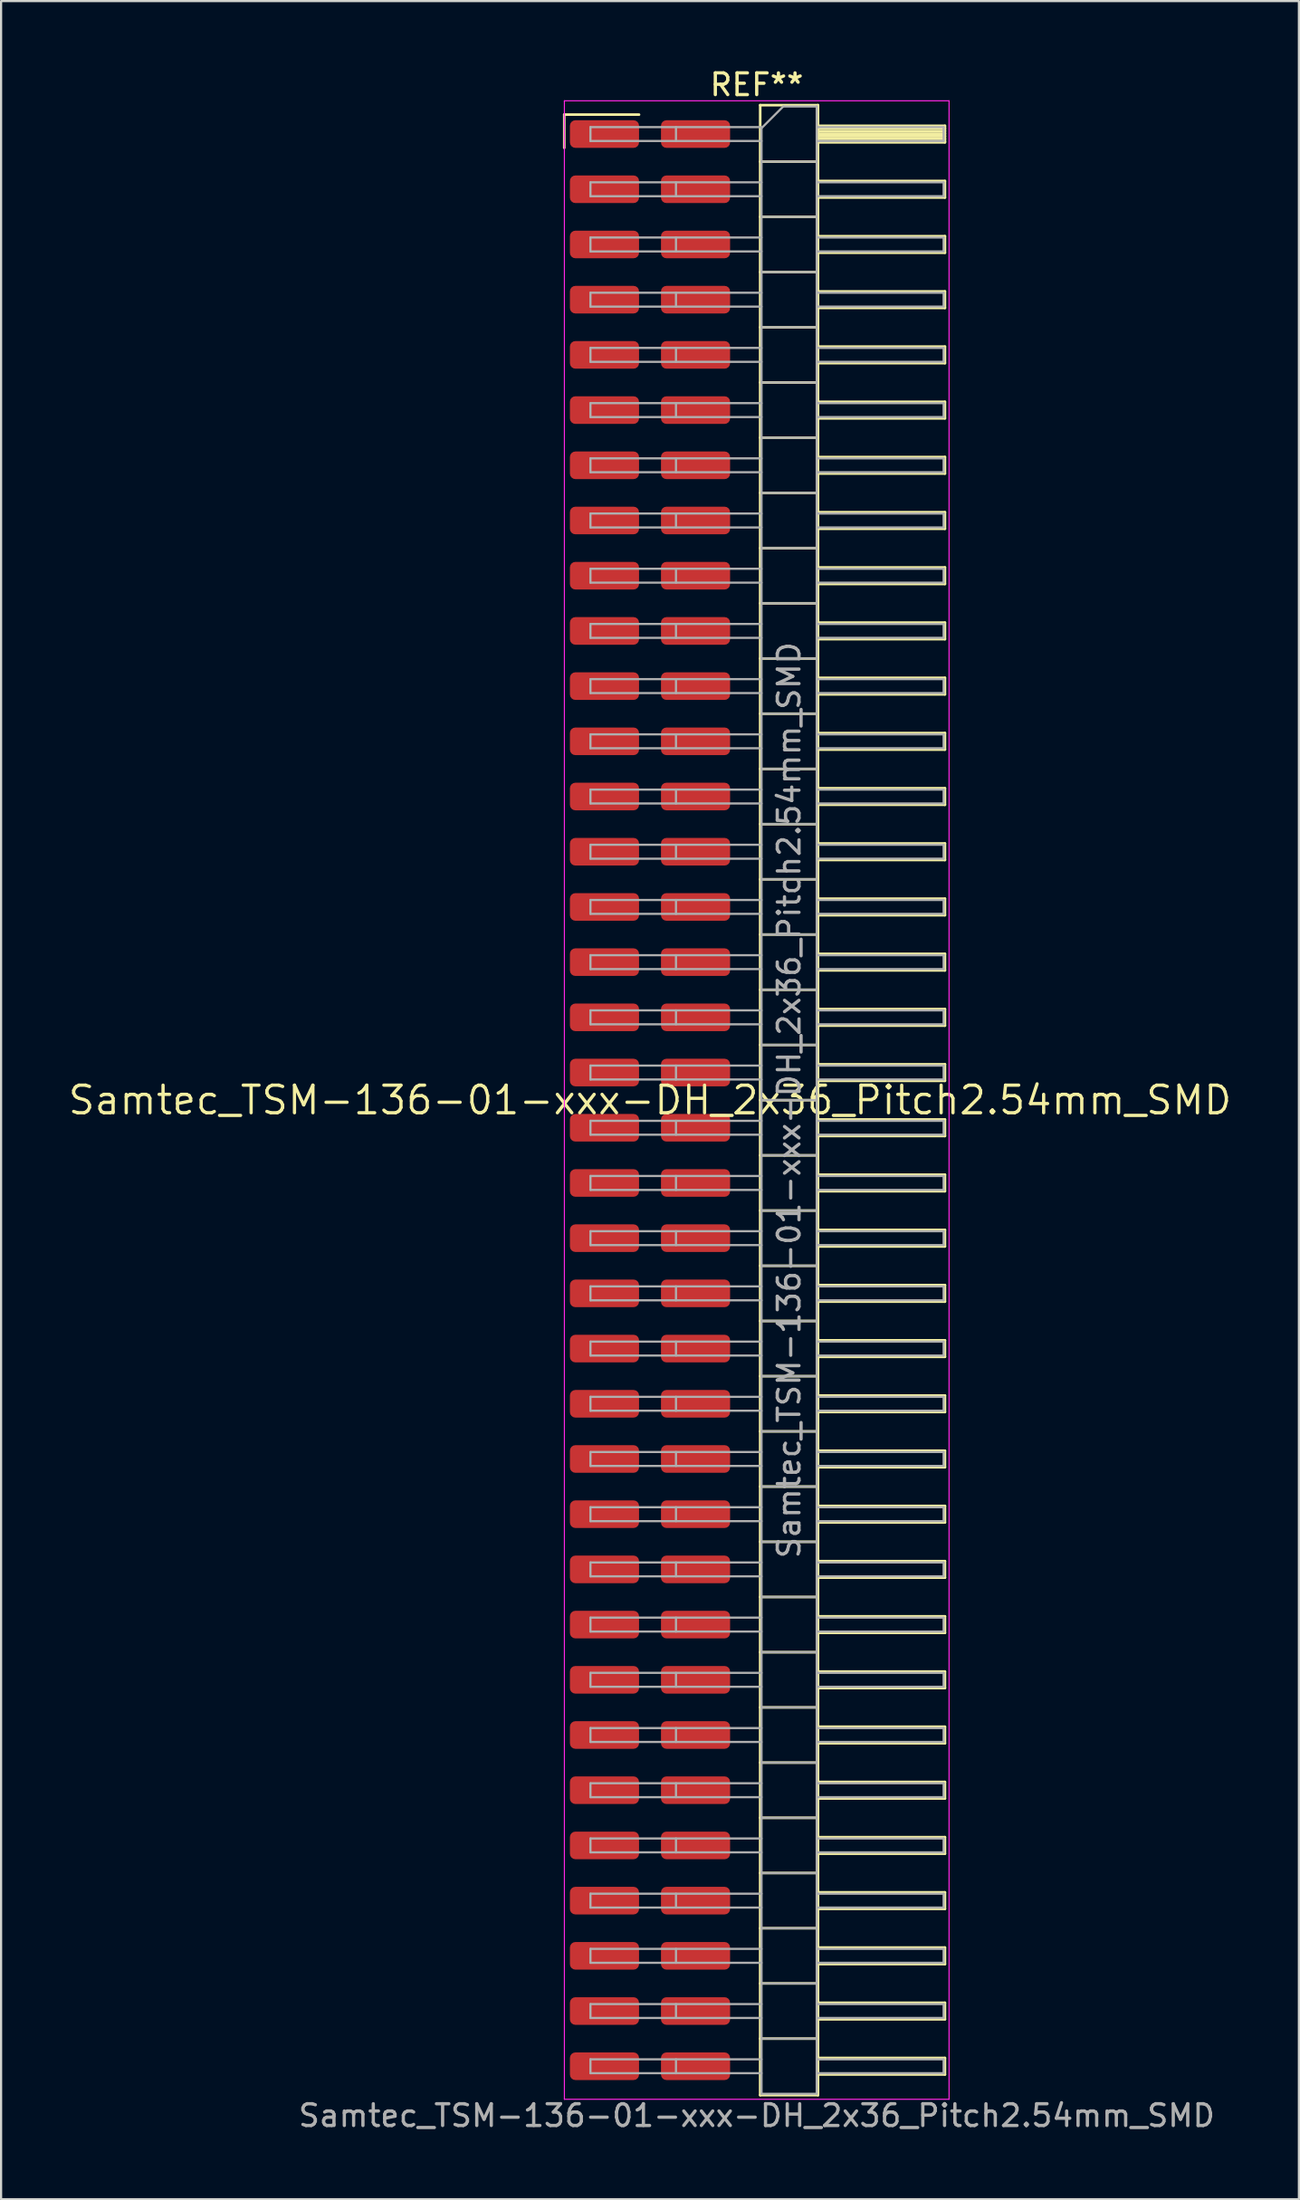
<source format=kicad_pcb>
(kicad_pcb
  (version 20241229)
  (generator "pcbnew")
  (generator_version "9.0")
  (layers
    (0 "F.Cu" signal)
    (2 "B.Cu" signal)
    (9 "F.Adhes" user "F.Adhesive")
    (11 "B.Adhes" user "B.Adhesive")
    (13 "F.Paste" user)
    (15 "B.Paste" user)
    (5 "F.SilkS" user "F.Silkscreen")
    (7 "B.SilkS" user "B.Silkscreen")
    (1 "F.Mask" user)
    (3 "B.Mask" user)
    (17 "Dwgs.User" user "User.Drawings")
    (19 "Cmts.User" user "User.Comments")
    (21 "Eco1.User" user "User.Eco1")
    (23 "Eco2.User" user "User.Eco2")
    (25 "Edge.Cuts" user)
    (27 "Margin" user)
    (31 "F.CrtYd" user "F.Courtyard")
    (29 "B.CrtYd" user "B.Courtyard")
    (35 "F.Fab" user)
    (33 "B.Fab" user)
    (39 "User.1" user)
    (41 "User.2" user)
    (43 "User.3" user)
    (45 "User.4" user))
  (footprint "Samtec_TSM-136-01-xxx-DH_2x36_Pitch2.54mm_SMD"
    (layer "F.Cu")
    (at 26.859 47.568)
    (property "Reference" "Samtec_TSM-136-01-xxx-DH_2x36_Pitch2.54mm_SMD" (at 0 0 0) (layer "F.SilkS") (effects (font (size 1.27 1.27) (thickness 0.15))))
    (attr smd)
    (fp_line (start -3.945 -45.345) (end -0.505 -45.345) (stroke (width 0.12) (type solid)) (layer "F.SilkS"))
    (fp_line (start -3.945 -43.815) (end -3.945 -45.345) (stroke (width 0.12) (type solid)) (layer "F.SilkS"))
    (fp_line (start 5.07 -45.78) (end 7.73 -45.78) (stroke (width 0.12) (type solid)) (layer "F.SilkS"))
    (fp_line (start 5.07 -43.18) (end 7.73 -43.18) (stroke (width 0.12) (type solid)) (layer "F.SilkS"))
    (fp_line (start 5.07 -40.64) (end 7.73 -40.64) (stroke (width 0.12) (type solid)) (layer "F.SilkS"))
    (fp_line (start 5.07 -38.1) (end 7.73 -38.1) (stroke (width 0.12) (type solid)) (layer "F.SilkS"))
    (fp_line (start 5.07 -35.56) (end 7.73 -35.56) (stroke (width 0.12) (type solid)) (layer "F.SilkS"))
    (fp_line (start 5.07 -33.02) (end 7.73 -33.02) (stroke (width 0.12) (type solid)) (layer "F.SilkS"))
    (fp_line (start 5.07 -30.48) (end 7.73 -30.48) (stroke (width 0.12) (type solid)) (layer "F.SilkS"))
    (fp_line (start 5.07 -27.94) (end 7.73 -27.94) (stroke (width 0.12) (type solid)) (layer "F.SilkS"))
    (fp_line (start 5.07 -25.4) (end 7.73 -25.4) (stroke (width 0.12) (type solid)) (layer "F.SilkS"))
    (fp_line (start 5.07 -22.86) (end 7.73 -22.86) (stroke (width 0.12) (type solid)) (layer "F.SilkS"))
    (fp_line (start 5.07 -20.32) (end 7.73 -20.32) (stroke (width 0.12) (type solid)) (layer "F.SilkS"))
    (fp_line (start 5.07 -17.78) (end 7.73 -17.78) (stroke (width 0.12) (type solid)) (layer "F.SilkS"))
    (fp_line (start 5.07 -15.24) (end 7.73 -15.24) (stroke (width 0.12) (type solid)) (layer "F.SilkS"))
    (fp_line (start 5.07 -12.7) (end 7.73 -12.7) (stroke (width 0.12) (type solid)) (layer "F.SilkS"))
    (fp_line (start 5.07 -10.16) (end 7.73 -10.16) (stroke (width 0.12) (type solid)) (layer "F.SilkS"))
    (fp_line (start 5.07 -7.62) (end 7.73 -7.62) (stroke (width 0.12) (type solid)) (layer "F.SilkS"))
    (fp_line (start 5.07 -5.08) (end 7.73 -5.08) (stroke (width 0.12) (type solid)) (layer "F.SilkS"))
    (fp_line (start 5.07 -2.54) (end 7.73 -2.54) (stroke (width 0.12) (type solid)) (layer "F.SilkS"))
    (fp_line (start 5.07 0) (end 7.73 0) (stroke (width 0.12) (type solid)) (layer "F.SilkS"))
    (fp_line (start 5.07 2.54) (end 7.73 2.54) (stroke (width 0.12) (type solid)) (layer "F.SilkS"))
    (fp_line (start 5.07 5.08) (end 7.73 5.08) (stroke (width 0.12) (type solid)) (layer "F.SilkS"))
    (fp_line (start 5.07 7.62) (end 7.73 7.62) (stroke (width 0.12) (type solid)) (layer "F.SilkS"))
    (fp_line (start 5.07 10.16) (end 7.73 10.16) (stroke (width 0.12) (type solid)) (layer "F.SilkS"))
    (fp_line (start 5.07 12.7) (end 7.73 12.7) (stroke (width 0.12) (type solid)) (layer "F.SilkS"))
    (fp_line (start 5.07 15.24) (end 7.73 15.24) (stroke (width 0.12) (type solid)) (layer "F.SilkS"))
    (fp_line (start 5.07 17.78) (end 7.73 17.78) (stroke (width 0.12) (type solid)) (layer "F.SilkS"))
    (fp_line (start 5.07 20.32) (end 7.73 20.32) (stroke (width 0.12) (type solid)) (layer "F.SilkS"))
    (fp_line (start 5.07 22.86) (end 7.73 22.86) (stroke (width 0.12) (type solid)) (layer "F.SilkS"))
    (fp_line (start 5.07 25.4) (end 7.73 25.4) (stroke (width 0.12) (type solid)) (layer "F.SilkS"))
    (fp_line (start 5.07 27.94) (end 7.73 27.94) (stroke (width 0.12) (type solid)) (layer "F.SilkS"))
    (fp_line (start 5.07 30.48) (end 7.73 30.48) (stroke (width 0.12) (type solid)) (layer "F.SilkS"))
    (fp_line (start 5.07 33.02) (end 7.73 33.02) (stroke (width 0.12) (type solid)) (layer "F.SilkS"))
    (fp_line (start 5.07 35.56) (end 7.73 35.56) (stroke (width 0.12) (type solid)) (layer "F.SilkS"))
    (fp_line (start 5.07 38.1) (end 7.73 38.1) (stroke (width 0.12) (type solid)) (layer "F.SilkS"))
    (fp_line (start 5.07 40.64) (end 7.73 40.64) (stroke (width 0.12) (type solid)) (layer "F.SilkS"))
    (fp_line (start 5.07 43.18) (end 7.73 43.18) (stroke (width 0.12) (type solid)) (layer "F.SilkS"))
    (fp_line (start 5.07 45.78) (end 5.07 -45.78) (stroke (width 0.12) (type solid)) (layer "F.SilkS"))
    (fp_line (start 7.73 -45.78) (end 7.73 45.78) (stroke (width 0.12) (type solid)) (layer "F.SilkS"))
    (fp_line (start 7.73 -44.83) (end 13.57 -44.83) (stroke (width 0.12) (type solid)) (layer "F.SilkS"))
    (fp_line (start 7.73 -44.71) (end 13.57 -44.71) (stroke (width 0.12) (type solid)) (layer "F.SilkS"))
    (fp_line (start 7.73 -44.59) (end 13.57 -44.59) (stroke (width 0.12) (type solid)) (layer "F.SilkS"))
    (fp_line (start 7.73 -44.47) (end 13.57 -44.47) (stroke (width 0.12) (type solid)) (layer "F.SilkS"))
    (fp_line (start 7.73 -44.35) (end 13.57 -44.35) (stroke (width 0.12) (type solid)) (layer "F.SilkS"))
    (fp_line (start 7.73 -44.23) (end 13.57 -44.23) (stroke (width 0.12) (type solid)) (layer "F.SilkS"))
    (fp_line (start 7.73 -44.11) (end 13.57 -44.11) (stroke (width 0.12) (type solid)) (layer "F.SilkS"))
    (fp_line (start 7.73 -44.07) (end 13.57 -44.07) (stroke (width 0.12) (type solid)) (layer "F.SilkS"))
    (fp_line (start 7.73 -42.29) (end 13.57 -42.29) (stroke (width 0.12) (type solid)) (layer "F.SilkS"))
    (fp_line (start 7.73 -41.53) (end 13.57 -41.53) (stroke (width 0.12) (type solid)) (layer "F.SilkS"))
    (fp_line (start 7.73 -39.75) (end 13.57 -39.75) (stroke (width 0.12) (type solid)) (layer "F.SilkS"))
    (fp_line (start 7.73 -38.99) (end 13.57 -38.99) (stroke (width 0.12) (type solid)) (layer "F.SilkS"))
    (fp_line (start 7.73 -37.21) (end 13.57 -37.21) (stroke (width 0.12) (type solid)) (layer "F.SilkS"))
    (fp_line (start 7.73 -36.45) (end 13.57 -36.45) (stroke (width 0.12) (type solid)) (layer "F.SilkS"))
    (fp_line (start 7.73 -34.67) (end 13.57 -34.67) (stroke (width 0.12) (type solid)) (layer "F.SilkS"))
    (fp_line (start 7.73 -33.91) (end 13.57 -33.91) (stroke (width 0.12) (type solid)) (layer "F.SilkS"))
    (fp_line (start 7.73 -32.13) (end 13.57 -32.13) (stroke (width 0.12) (type solid)) (layer "F.SilkS"))
    (fp_line (start 7.73 -31.37) (end 13.57 -31.37) (stroke (width 0.12) (type solid)) (layer "F.SilkS"))
    (fp_line (start 7.73 -29.59) (end 13.57 -29.59) (stroke (width 0.12) (type solid)) (layer "F.SilkS"))
    (fp_line (start 7.73 -28.83) (end 13.57 -28.83) (stroke (width 0.12) (type solid)) (layer "F.SilkS"))
    (fp_line (start 7.73 -27.05) (end 13.57 -27.05) (stroke (width 0.12) (type solid)) (layer "F.SilkS"))
    (fp_line (start 7.73 -26.29) (end 13.57 -26.29) (stroke (width 0.12) (type solid)) (layer "F.SilkS"))
    (fp_line (start 7.73 -24.51) (end 13.57 -24.51) (stroke (width 0.12) (type solid)) (layer "F.SilkS"))
    (fp_line (start 7.73 -23.75) (end 13.57 -23.75) (stroke (width 0.12) (type solid)) (layer "F.SilkS"))
    (fp_line (start 7.73 -21.97) (end 13.57 -21.97) (stroke (width 0.12) (type solid)) (layer "F.SilkS"))
    (fp_line (start 7.73 -21.21) (end 13.57 -21.21) (stroke (width 0.12) (type solid)) (layer "F.SilkS"))
    (fp_line (start 7.73 -19.43) (end 13.57 -19.43) (stroke (width 0.12) (type solid)) (layer "F.SilkS"))
    (fp_line (start 7.73 -18.67) (end 13.57 -18.67) (stroke (width 0.12) (type solid)) (layer "F.SilkS"))
    (fp_line (start 7.73 -16.89) (end 13.57 -16.89) (stroke (width 0.12) (type solid)) (layer "F.SilkS"))
    (fp_line (start 7.73 -16.13) (end 13.57 -16.13) (stroke (width 0.12) (type solid)) (layer "F.SilkS"))
    (fp_line (start 7.73 -14.35) (end 13.57 -14.35) (stroke (width 0.12) (type solid)) (layer "F.SilkS"))
    (fp_line (start 7.73 -13.59) (end 13.57 -13.59) (stroke (width 0.12) (type solid)) (layer "F.SilkS"))
    (fp_line (start 7.73 -11.81) (end 13.57 -11.81) (stroke (width 0.12) (type solid)) (layer "F.SilkS"))
    (fp_line (start 7.73 -11.05) (end 13.57 -11.05) (stroke (width 0.12) (type solid)) (layer "F.SilkS"))
    (fp_line (start 7.73 -9.27) (end 13.57 -9.27) (stroke (width 0.12) (type solid)) (layer "F.SilkS"))
    (fp_line (start 7.73 -8.51) (end 13.57 -8.51) (stroke (width 0.12) (type solid)) (layer "F.SilkS"))
    (fp_line (start 7.73 -6.73) (end 13.57 -6.73) (stroke (width 0.12) (type solid)) (layer "F.SilkS"))
    (fp_line (start 7.73 -5.97) (end 13.57 -5.97) (stroke (width 0.12) (type solid)) (layer "F.SilkS"))
    (fp_line (start 7.73 -4.19) (end 13.57 -4.19) (stroke (width 0.12) (type solid)) (layer "F.SilkS"))
    (fp_line (start 7.73 -3.43) (end 13.57 -3.43) (stroke (width 0.12) (type solid)) (layer "F.SilkS"))
    (fp_line (start 7.73 -1.65) (end 13.57 -1.65) (stroke (width 0.12) (type solid)) (layer "F.SilkS"))
    (fp_line (start 7.73 -0.89) (end 13.57 -0.89) (stroke (width 0.12) (type solid)) (layer "F.SilkS"))
    (fp_line (start 7.73 0.89) (end 13.57 0.89) (stroke (width 0.12) (type solid)) (layer "F.SilkS"))
    (fp_line (start 7.73 1.65) (end 13.57 1.65) (stroke (width 0.12) (type solid)) (layer "F.SilkS"))
    (fp_line (start 7.73 3.43) (end 13.57 3.43) (stroke (width 0.12) (type solid)) (layer "F.SilkS"))
    (fp_line (start 7.73 4.19) (end 13.57 4.19) (stroke (width 0.12) (type solid)) (layer "F.SilkS"))
    (fp_line (start 7.73 5.97) (end 13.57 5.97) (stroke (width 0.12) (type solid)) (layer "F.SilkS"))
    (fp_line (start 7.73 6.73) (end 13.57 6.73) (stroke (width 0.12) (type solid)) (layer "F.SilkS"))
    (fp_line (start 7.73 8.51) (end 13.57 8.51) (stroke (width 0.12) (type solid)) (layer "F.SilkS"))
    (fp_line (start 7.73 9.27) (end 13.57 9.27) (stroke (width 0.12) (type solid)) (layer "F.SilkS"))
    (fp_line (start 7.73 11.05) (end 13.57 11.05) (stroke (width 0.12) (type solid)) (layer "F.SilkS"))
    (fp_line (start 7.73 11.81) (end 13.57 11.81) (stroke (width 0.12) (type solid)) (layer "F.SilkS"))
    (fp_line (start 7.73 13.59) (end 13.57 13.59) (stroke (width 0.12) (type solid)) (layer "F.SilkS"))
    (fp_line (start 7.73 14.35) (end 13.57 14.35) (stroke (width 0.12) (type solid)) (layer "F.SilkS"))
    (fp_line (start 7.73 16.13) (end 13.57 16.13) (stroke (width 0.12) (type solid)) (layer "F.SilkS"))
    (fp_line (start 7.73 16.89) (end 13.57 16.89) (stroke (width 0.12) (type solid)) (layer "F.SilkS"))
    (fp_line (start 7.73 18.67) (end 13.57 18.67) (stroke (width 0.12) (type solid)) (layer "F.SilkS"))
    (fp_line (start 7.73 19.43) (end 13.57 19.43) (stroke (width 0.12) (type solid)) (layer "F.SilkS"))
    (fp_line (start 7.73 21.21) (end 13.57 21.21) (stroke (width 0.12) (type solid)) (layer "F.SilkS"))
    (fp_line (start 7.73 21.97) (end 13.57 21.97) (stroke (width 0.12) (type solid)) (layer "F.SilkS"))
    (fp_line (start 7.73 23.75) (end 13.57 23.75) (stroke (width 0.12) (type solid)) (layer "F.SilkS"))
    (fp_line (start 7.73 24.51) (end 13.57 24.51) (stroke (width 0.12) (type solid)) (layer "F.SilkS"))
    (fp_line (start 7.73 26.29) (end 13.57 26.29) (stroke (width 0.12) (type solid)) (layer "F.SilkS"))
    (fp_line (start 7.73 27.05) (end 13.57 27.05) (stroke (width 0.12) (type solid)) (layer "F.SilkS"))
    (fp_line (start 7.73 28.83) (end 13.57 28.83) (stroke (width 0.12) (type solid)) (layer "F.SilkS"))
    (fp_line (start 7.73 29.59) (end 13.57 29.59) (stroke (width 0.12) (type solid)) (layer "F.SilkS"))
    (fp_line (start 7.73 31.37) (end 13.57 31.37) (stroke (width 0.12) (type solid)) (layer "F.SilkS"))
    (fp_line (start 7.73 32.13) (end 13.57 32.13) (stroke (width 0.12) (type solid)) (layer "F.SilkS"))
    (fp_line (start 7.73 33.91) (end 13.57 33.91) (stroke (width 0.12) (type solid)) (layer "F.SilkS"))
    (fp_line (start 7.73 34.67) (end 13.57 34.67) (stroke (width 0.12) (type solid)) (layer "F.SilkS"))
    (fp_line (start 7.73 36.45) (end 13.57 36.45) (stroke (width 0.12) (type solid)) (layer "F.SilkS"))
    (fp_line (start 7.73 37.21) (end 13.57 37.21) (stroke (width 0.12) (type solid)) (layer "F.SilkS"))
    (fp_line (start 7.73 38.99) (end 13.57 38.99) (stroke (width 0.12) (type solid)) (layer "F.SilkS"))
    (fp_line (start 7.73 39.75) (end 13.57 39.75) (stroke (width 0.12) (type solid)) (layer "F.SilkS"))
    (fp_line (start 7.73 41.53) (end 13.57 41.53) (stroke (width 0.12) (type solid)) (layer "F.SilkS"))
    (fp_line (start 7.73 42.29) (end 13.57 42.29) (stroke (width 0.12) (type solid)) (layer "F.SilkS"))
    (fp_line (start 7.73 44.07) (end 13.57 44.07) (stroke (width 0.12) (type solid)) (layer "F.SilkS"))
    (fp_line (start 7.73 44.83) (end 13.57 44.83) (stroke (width 0.12) (type solid)) (layer "F.SilkS"))
    (fp_line (start 7.73 45.78) (end 5.07 45.78) (stroke (width 0.12) (type solid)) (layer "F.SilkS"))
    (fp_line (start 13.57 -44.83) (end 13.57 -44.07) (stroke (width 0.12) (type solid)) (layer "F.SilkS"))
    (fp_line (start 13.57 -42.29) (end 13.57 -41.53) (stroke (width 0.12) (type solid)) (layer "F.SilkS"))
    (fp_line (start 13.57 -39.75) (end 13.57 -38.99) (stroke (width 0.12) (type solid)) (layer "F.SilkS"))
    (fp_line (start 13.57 -37.21) (end 13.57 -36.45) (stroke (width 0.12) (type solid)) (layer "F.SilkS"))
    (fp_line (start 13.57 -34.67) (end 13.57 -33.91) (stroke (width 0.12) (type solid)) (layer "F.SilkS"))
    (fp_line (start 13.57 -32.13) (end 13.57 -31.37) (stroke (width 0.12) (type solid)) (layer "F.SilkS"))
    (fp_line (start 13.57 -29.59) (end 13.57 -28.83) (stroke (width 0.12) (type solid)) (layer "F.SilkS"))
    (fp_line (start 13.57 -27.05) (end 13.57 -26.29) (stroke (width 0.12) (type solid)) (layer "F.SilkS"))
    (fp_line (start 13.57 -24.51) (end 13.57 -23.75) (stroke (width 0.12) (type solid)) (layer "F.SilkS"))
    (fp_line (start 13.57 -21.97) (end 13.57 -21.21) (stroke (width 0.12) (type solid)) (layer "F.SilkS"))
    (fp_line (start 13.57 -19.43) (end 13.57 -18.67) (stroke (width 0.12) (type solid)) (layer "F.SilkS"))
    (fp_line (start 13.57 -16.89) (end 13.57 -16.13) (stroke (width 0.12) (type solid)) (layer "F.SilkS"))
    (fp_line (start 13.57 -14.35) (end 13.57 -13.59) (stroke (width 0.12) (type solid)) (layer "F.SilkS"))
    (fp_line (start 13.57 -11.81) (end 13.57 -11.05) (stroke (width 0.12) (type solid)) (layer "F.SilkS"))
    (fp_line (start 13.57 -9.27) (end 13.57 -8.51) (stroke (width 0.12) (type solid)) (layer "F.SilkS"))
    (fp_line (start 13.57 -6.73) (end 13.57 -5.97) (stroke (width 0.12) (type solid)) (layer "F.SilkS"))
    (fp_line (start 13.57 -4.19) (end 13.57 -3.43) (stroke (width 0.12) (type solid)) (layer "F.SilkS"))
    (fp_line (start 13.57 -1.65) (end 13.57 -0.89) (stroke (width 0.12) (type solid)) (layer "F.SilkS"))
    (fp_line (start 13.57 0.89) (end 13.57 1.65) (stroke (width 0.12) (type solid)) (layer "F.SilkS"))
    (fp_line (start 13.57 3.43) (end 13.57 4.19) (stroke (width 0.12) (type solid)) (layer "F.SilkS"))
    (fp_line (start 13.57 5.97) (end 13.57 6.73) (stroke (width 0.12) (type solid)) (layer "F.SilkS"))
    (fp_line (start 13.57 8.51) (end 13.57 9.27) (stroke (width 0.12) (type solid)) (layer "F.SilkS"))
    (fp_line (start 13.57 11.05) (end 13.57 11.81) (stroke (width 0.12) (type solid)) (layer "F.SilkS"))
    (fp_line (start 13.57 13.59) (end 13.57 14.35) (stroke (width 0.12) (type solid)) (layer "F.SilkS"))
    (fp_line (start 13.57 16.13) (end 13.57 16.89) (stroke (width 0.12) (type solid)) (layer "F.SilkS"))
    (fp_line (start 13.57 18.67) (end 13.57 19.43) (stroke (width 0.12) (type solid)) (layer "F.SilkS"))
    (fp_line (start 13.57 21.21) (end 13.57 21.97) (stroke (width 0.12) (type solid)) (layer "F.SilkS"))
    (fp_line (start 13.57 23.75) (end 13.57 24.51) (stroke (width 0.12) (type solid)) (layer "F.SilkS"))
    (fp_line (start 13.57 26.29) (end 13.57 27.05) (stroke (width 0.12) (type solid)) (layer "F.SilkS"))
    (fp_line (start 13.57 28.83) (end 13.57 29.59) (stroke (width 0.12) (type solid)) (layer "F.SilkS"))
    (fp_line (start 13.57 31.37) (end 13.57 32.13) (stroke (width 0.12) (type solid)) (layer "F.SilkS"))
    (fp_line (start 13.57 33.91) (end 13.57 34.67) (stroke (width 0.12) (type solid)) (layer "F.SilkS"))
    (fp_line (start 13.57 36.45) (end 13.57 37.21) (stroke (width 0.12) (type solid)) (layer "F.SilkS"))
    (fp_line (start 13.57 38.99) (end 13.57 39.75) (stroke (width 0.12) (type solid)) (layer "F.SilkS"))
    (fp_line (start 13.57 41.53) (end 13.57 42.29) (stroke (width 0.12) (type solid)) (layer "F.SilkS"))
    (fp_line (start 13.57 44.07) (end 13.57 44.83) (stroke (width 0.12) (type solid)) (layer "F.SilkS"))
    (fp_line (start -3.94 -45.98) (end 13.76 -45.98) (stroke (width 0.05) (type solid)) (layer "F.CrtYd"))
    (fp_line (start -3.94 45.97) (end -3.94 -45.98) (stroke (width 0.05) (type solid)) (layer "F.CrtYd"))
    (fp_line (start 13.76 -45.98) (end 13.76 45.97) (stroke (width 0.05) (type solid)) (layer "F.CrtYd"))
    (fp_line (start 13.76 45.97) (end -3.94 45.97) (stroke (width 0.05) (type solid)) (layer "F.CrtYd"))
    (fp_line (start -2.74 -44.77) (end -2.74 -44.13) (stroke (width 0.1) (type solid)) (layer "F.Fab"))
    (fp_line (start -2.74 -44.77) (end 5.13 -44.77) (stroke (width 0.1) (type solid)) (layer "F.Fab"))
    (fp_line (start -2.74 -44.13) (end 5.13 -44.13) (stroke (width 0.1) (type solid)) (layer "F.Fab"))
    (fp_line (start -2.74 -42.23) (end -2.74 -41.59) (stroke (width 0.1) (type solid)) (layer "F.Fab"))
    (fp_line (start -2.74 -42.23) (end 5.13 -42.23) (stroke (width 0.1) (type solid)) (layer "F.Fab"))
    (fp_line (start -2.74 -41.59) (end 5.13 -41.59) (stroke (width 0.1) (type solid)) (layer "F.Fab"))
    (fp_line (start -2.74 -39.69) (end -2.74 -39.05) (stroke (width 0.1) (type solid)) (layer "F.Fab"))
    (fp_line (start -2.74 -39.69) (end 5.13 -39.69) (stroke (width 0.1) (type solid)) (layer "F.Fab"))
    (fp_line (start -2.74 -39.05) (end 5.13 -39.05) (stroke (width 0.1) (type solid)) (layer "F.Fab"))
    (fp_line (start -2.74 -37.15) (end -2.74 -36.51) (stroke (width 0.1) (type solid)) (layer "F.Fab"))
    (fp_line (start -2.74 -37.15) (end 5.13 -37.15) (stroke (width 0.1) (type solid)) (layer "F.Fab"))
    (fp_line (start -2.74 -36.51) (end 5.13 -36.51) (stroke (width 0.1) (type solid)) (layer "F.Fab"))
    (fp_line (start -2.74 -34.61) (end -2.74 -33.97) (stroke (width 0.1) (type solid)) (layer "F.Fab"))
    (fp_line (start -2.74 -34.61) (end 5.13 -34.61) (stroke (width 0.1) (type solid)) (layer "F.Fab"))
    (fp_line (start -2.74 -33.97) (end 5.13 -33.97) (stroke (width 0.1) (type solid)) (layer "F.Fab"))
    (fp_line (start -2.74 -32.07) (end -2.74 -31.43) (stroke (width 0.1) (type solid)) (layer "F.Fab"))
    (fp_line (start -2.74 -32.07) (end 5.13 -32.07) (stroke (width 0.1) (type solid)) (layer "F.Fab"))
    (fp_line (start -2.74 -31.43) (end 5.13 -31.43) (stroke (width 0.1) (type solid)) (layer "F.Fab"))
    (fp_line (start -2.74 -29.53) (end -2.74 -28.89) (stroke (width 0.1) (type solid)) (layer "F.Fab"))
    (fp_line (start -2.74 -29.53) (end 5.13 -29.53) (stroke (width 0.1) (type solid)) (layer "F.Fab"))
    (fp_line (start -2.74 -28.89) (end 5.13 -28.89) (stroke (width 0.1) (type solid)) (layer "F.Fab"))
    (fp_line (start -2.74 -26.99) (end -2.74 -26.35) (stroke (width 0.1) (type solid)) (layer "F.Fab"))
    (fp_line (start -2.74 -26.99) (end 5.13 -26.99) (stroke (width 0.1) (type solid)) (layer "F.Fab"))
    (fp_line (start -2.74 -26.35) (end 5.13 -26.35) (stroke (width 0.1) (type solid)) (layer "F.Fab"))
    (fp_line (start -2.74 -24.45) (end -2.74 -23.81) (stroke (width 0.1) (type solid)) (layer "F.Fab"))
    (fp_line (start -2.74 -24.45) (end 5.13 -24.45) (stroke (width 0.1) (type solid)) (layer "F.Fab"))
    (fp_line (start -2.74 -23.81) (end 5.13 -23.81) (stroke (width 0.1) (type solid)) (layer "F.Fab"))
    (fp_line (start -2.74 -21.91) (end -2.74 -21.27) (stroke (width 0.1) (type solid)) (layer "F.Fab"))
    (fp_line (start -2.74 -21.91) (end 5.13 -21.91) (stroke (width 0.1) (type solid)) (layer "F.Fab"))
    (fp_line (start -2.74 -21.27) (end 5.13 -21.27) (stroke (width 0.1) (type solid)) (layer "F.Fab"))
    (fp_line (start -2.74 -19.37) (end -2.74 -18.73) (stroke (width 0.1) (type solid)) (layer "F.Fab"))
    (fp_line (start -2.74 -19.37) (end 5.13 -19.37) (stroke (width 0.1) (type solid)) (layer "F.Fab"))
    (fp_line (start -2.74 -18.73) (end 5.13 -18.73) (stroke (width 0.1) (type solid)) (layer "F.Fab"))
    (fp_line (start -2.74 -16.83) (end -2.74 -16.19) (stroke (width 0.1) (type solid)) (layer "F.Fab"))
    (fp_line (start -2.74 -16.83) (end 5.13 -16.83) (stroke (width 0.1) (type solid)) (layer "F.Fab"))
    (fp_line (start -2.74 -16.19) (end 5.13 -16.19) (stroke (width 0.1) (type solid)) (layer "F.Fab"))
    (fp_line (start -2.74 -14.29) (end -2.74 -13.65) (stroke (width 0.1) (type solid)) (layer "F.Fab"))
    (fp_line (start -2.74 -14.29) (end 5.13 -14.29) (stroke (width 0.1) (type solid)) (layer "F.Fab"))
    (fp_line (start -2.74 -13.65) (end 5.13 -13.65) (stroke (width 0.1) (type solid)) (layer "F.Fab"))
    (fp_line (start -2.74 -11.75) (end -2.74 -11.11) (stroke (width 0.1) (type solid)) (layer "F.Fab"))
    (fp_line (start -2.74 -11.75) (end 5.13 -11.75) (stroke (width 0.1) (type solid)) (layer "F.Fab"))
    (fp_line (start -2.74 -11.11) (end 5.13 -11.11) (stroke (width 0.1) (type solid)) (layer "F.Fab"))
    (fp_line (start -2.74 -9.21) (end -2.74 -8.57) (stroke (width 0.1) (type solid)) (layer "F.Fab"))
    (fp_line (start -2.74 -9.21) (end 5.13 -9.21) (stroke (width 0.1) (type solid)) (layer "F.Fab"))
    (fp_line (start -2.74 -8.57) (end 5.13 -8.57) (stroke (width 0.1) (type solid)) (layer "F.Fab"))
    (fp_line (start -2.74 -6.67) (end -2.74 -6.03) (stroke (width 0.1) (type solid)) (layer "F.Fab"))
    (fp_line (start -2.74 -6.67) (end 5.13 -6.67) (stroke (width 0.1) (type solid)) (layer "F.Fab"))
    (fp_line (start -2.74 -6.03) (end 5.13 -6.03) (stroke (width 0.1) (type solid)) (layer "F.Fab"))
    (fp_line (start -2.74 -4.13) (end -2.74 -3.49) (stroke (width 0.1) (type solid)) (layer "F.Fab"))
    (fp_line (start -2.74 -4.13) (end 5.13 -4.13) (stroke (width 0.1) (type solid)) (layer "F.Fab"))
    (fp_line (start -2.74 -3.49) (end 5.13 -3.49) (stroke (width 0.1) (type solid)) (layer "F.Fab"))
    (fp_line (start -2.74 -1.59) (end -2.74 -0.95) (stroke (width 0.1) (type solid)) (layer "F.Fab"))
    (fp_line (start -2.74 -1.59) (end 5.13 -1.59) (stroke (width 0.1) (type solid)) (layer "F.Fab"))
    (fp_line (start -2.74 -0.95) (end 5.13 -0.95) (stroke (width 0.1) (type solid)) (layer "F.Fab"))
    (fp_line (start -2.74 0.95) (end -2.74 1.59) (stroke (width 0.1) (type solid)) (layer "F.Fab"))
    (fp_line (start -2.74 0.95) (end 5.13 0.95) (stroke (width 0.1) (type solid)) (layer "F.Fab"))
    (fp_line (start -2.74 1.59) (end 5.13 1.59) (stroke (width 0.1) (type solid)) (layer "F.Fab"))
    (fp_line (start -2.74 3.49) (end -2.74 4.13) (stroke (width 0.1) (type solid)) (layer "F.Fab"))
    (fp_line (start -2.74 3.49) (end 5.13 3.49) (stroke (width 0.1) (type solid)) (layer "F.Fab"))
    (fp_line (start -2.74 4.13) (end 5.13 4.13) (stroke (width 0.1) (type solid)) (layer "F.Fab"))
    (fp_line (start -2.74 6.03) (end -2.74 6.67) (stroke (width 0.1) (type solid)) (layer "F.Fab"))
    (fp_line (start -2.74 6.03) (end 5.13 6.03) (stroke (width 0.1) (type solid)) (layer "F.Fab"))
    (fp_line (start -2.74 6.67) (end 5.13 6.67) (stroke (width 0.1) (type solid)) (layer "F.Fab"))
    (fp_line (start -2.74 8.57) (end -2.74 9.21) (stroke (width 0.1) (type solid)) (layer "F.Fab"))
    (fp_line (start -2.74 8.57) (end 5.13 8.57) (stroke (width 0.1) (type solid)) (layer "F.Fab"))
    (fp_line (start -2.74 9.21) (end 5.13 9.21) (stroke (width 0.1) (type solid)) (layer "F.Fab"))
    (fp_line (start -2.74 11.11) (end -2.74 11.75) (stroke (width 0.1) (type solid)) (layer "F.Fab"))
    (fp_line (start -2.74 11.11) (end 5.13 11.11) (stroke (width 0.1) (type solid)) (layer "F.Fab"))
    (fp_line (start -2.74 11.75) (end 5.13 11.75) (stroke (width 0.1) (type solid)) (layer "F.Fab"))
    (fp_line (start -2.74 13.65) (end -2.74 14.29) (stroke (width 0.1) (type solid)) (layer "F.Fab"))
    (fp_line (start -2.74 13.65) (end 5.13 13.65) (stroke (width 0.1) (type solid)) (layer "F.Fab"))
    (fp_line (start -2.74 14.29) (end 5.13 14.29) (stroke (width 0.1) (type solid)) (layer "F.Fab"))
    (fp_line (start -2.74 16.19) (end -2.74 16.83) (stroke (width 0.1) (type solid)) (layer "F.Fab"))
    (fp_line (start -2.74 16.19) (end 5.13 16.19) (stroke (width 0.1) (type solid)) (layer "F.Fab"))
    (fp_line (start -2.74 16.83) (end 5.13 16.83) (stroke (width 0.1) (type solid)) (layer "F.Fab"))
    (fp_line (start -2.74 18.73) (end -2.74 19.37) (stroke (width 0.1) (type solid)) (layer "F.Fab"))
    (fp_line (start -2.74 18.73) (end 5.13 18.73) (stroke (width 0.1) (type solid)) (layer "F.Fab"))
    (fp_line (start -2.74 19.37) (end 5.13 19.37) (stroke (width 0.1) (type solid)) (layer "F.Fab"))
    (fp_line (start -2.74 21.27) (end -2.74 21.91) (stroke (width 0.1) (type solid)) (layer "F.Fab"))
    (fp_line (start -2.74 21.27) (end 5.13 21.27) (stroke (width 0.1) (type solid)) (layer "F.Fab"))
    (fp_line (start -2.74 21.91) (end 5.13 21.91) (stroke (width 0.1) (type solid)) (layer "F.Fab"))
    (fp_line (start -2.74 23.81) (end -2.74 24.45) (stroke (width 0.1) (type solid)) (layer "F.Fab"))
    (fp_line (start -2.74 23.81) (end 5.13 23.81) (stroke (width 0.1) (type solid)) (layer "F.Fab"))
    (fp_line (start -2.74 24.45) (end 5.13 24.45) (stroke (width 0.1) (type solid)) (layer "F.Fab"))
    (fp_line (start -2.74 26.35) (end -2.74 26.99) (stroke (width 0.1) (type solid)) (layer "F.Fab"))
    (fp_line (start -2.74 26.35) (end 5.13 26.35) (stroke (width 0.1) (type solid)) (layer "F.Fab"))
    (fp_line (start -2.74 26.99) (end 5.13 26.99) (stroke (width 0.1) (type solid)) (layer "F.Fab"))
    (fp_line (start -2.74 28.89) (end -2.74 29.53) (stroke (width 0.1) (type solid)) (layer "F.Fab"))
    (fp_line (start -2.74 28.89) (end 5.13 28.89) (stroke (width 0.1) (type solid)) (layer "F.Fab"))
    (fp_line (start -2.74 29.53) (end 5.13 29.53) (stroke (width 0.1) (type solid)) (layer "F.Fab"))
    (fp_line (start -2.74 31.43) (end -2.74 32.07) (stroke (width 0.1) (type solid)) (layer "F.Fab"))
    (fp_line (start -2.74 31.43) (end 5.13 31.43) (stroke (width 0.1) (type solid)) (layer "F.Fab"))
    (fp_line (start -2.74 32.07) (end 5.13 32.07) (stroke (width 0.1) (type solid)) (layer "F.Fab"))
    (fp_line (start -2.74 33.97) (end -2.74 34.61) (stroke (width 0.1) (type solid)) (layer "F.Fab"))
    (fp_line (start -2.74 33.97) (end 5.13 33.97) (stroke (width 0.1) (type solid)) (layer "F.Fab"))
    (fp_line (start -2.74 34.61) (end 5.13 34.61) (stroke (width 0.1) (type solid)) (layer "F.Fab"))
    (fp_line (start -2.74 36.51) (end -2.74 37.15) (stroke (width 0.1) (type solid)) (layer "F.Fab"))
    (fp_line (start -2.74 36.51) (end 5.13 36.51) (stroke (width 0.1) (type solid)) (layer "F.Fab"))
    (fp_line (start -2.74 37.15) (end 5.13 37.15) (stroke (width 0.1) (type solid)) (layer "F.Fab"))
    (fp_line (start -2.74 39.05) (end -2.74 39.69) (stroke (width 0.1) (type solid)) (layer "F.Fab"))
    (fp_line (start -2.74 39.05) (end 5.13 39.05) (stroke (width 0.1) (type solid)) (layer "F.Fab"))
    (fp_line (start -2.74 39.69) (end 5.13 39.69) (stroke (width 0.1) (type solid)) (layer "F.Fab"))
    (fp_line (start -2.74 41.59) (end -2.74 42.23) (stroke (width 0.1) (type solid)) (layer "F.Fab"))
    (fp_line (start -2.74 41.59) (end 5.13 41.59) (stroke (width 0.1) (type solid)) (layer "F.Fab"))
    (fp_line (start -2.74 42.23) (end 5.13 42.23) (stroke (width 0.1) (type solid)) (layer "F.Fab"))
    (fp_line (start -2.74 44.13) (end -2.74 44.77) (stroke (width 0.1) (type solid)) (layer "F.Fab"))
    (fp_line (start -2.74 44.13) (end 5.13 44.13) (stroke (width 0.1) (type solid)) (layer "F.Fab"))
    (fp_line (start -2.74 44.77) (end 5.13 44.77) (stroke (width 0.1) (type solid)) (layer "F.Fab"))
    (fp_line (start 1.195 -44.77) (end 1.195 -44.13) (stroke (width 0.1) (type solid)) (layer "F.Fab"))
    (fp_line (start 1.195 -42.23) (end 1.195 -41.59) (stroke (width 0.1) (type solid)) (layer "F.Fab"))
    (fp_line (start 1.195 -39.69) (end 1.195 -39.05) (stroke (width 0.1) (type solid)) (layer "F.Fab"))
    (fp_line (start 1.195 -37.15) (end 1.195 -36.51) (stroke (width 0.1) (type solid)) (layer "F.Fab"))
    (fp_line (start 1.195 -34.61) (end 1.195 -33.97) (stroke (width 0.1) (type solid)) (layer "F.Fab"))
    (fp_line (start 1.195 -32.07) (end 1.195 -31.43) (stroke (width 0.1) (type solid)) (layer "F.Fab"))
    (fp_line (start 1.195 -29.53) (end 1.195 -28.89) (stroke (width 0.1) (type solid)) (layer "F.Fab"))
    (fp_line (start 1.195 -26.99) (end 1.195 -26.35) (stroke (width 0.1) (type solid)) (layer "F.Fab"))
    (fp_line (start 1.195 -24.45) (end 1.195 -23.81) (stroke (width 0.1) (type solid)) (layer "F.Fab"))
    (fp_line (start 1.195 -21.91) (end 1.195 -21.27) (stroke (width 0.1) (type solid)) (layer "F.Fab"))
    (fp_line (start 1.195 -19.37) (end 1.195 -18.73) (stroke (width 0.1) (type solid)) (layer "F.Fab"))
    (fp_line (start 1.195 -16.83) (end 1.195 -16.19) (stroke (width 0.1) (type solid)) (layer "F.Fab"))
    (fp_line (start 1.195 -14.29) (end 1.195 -13.65) (stroke (width 0.1) (type solid)) (layer "F.Fab"))
    (fp_line (start 1.195 -11.75) (end 1.195 -11.11) (stroke (width 0.1) (type solid)) (layer "F.Fab"))
    (fp_line (start 1.195 -9.21) (end 1.195 -8.57) (stroke (width 0.1) (type solid)) (layer "F.Fab"))
    (fp_line (start 1.195 -6.67) (end 1.195 -6.03) (stroke (width 0.1) (type solid)) (layer "F.Fab"))
    (fp_line (start 1.195 -4.13) (end 1.195 -3.49) (stroke (width 0.1) (type solid)) (layer "F.Fab"))
    (fp_line (start 1.195 -1.59) (end 1.195 -0.95) (stroke (width 0.1) (type solid)) (layer "F.Fab"))
    (fp_line (start 1.195 0.95) (end 1.195 1.59) (stroke (width 0.1) (type solid)) (layer "F.Fab"))
    (fp_line (start 1.195 3.49) (end 1.195 4.13) (stroke (width 0.1) (type solid)) (layer "F.Fab"))
    (fp_line (start 1.195 6.03) (end 1.195 6.67) (stroke (width 0.1) (type solid)) (layer "F.Fab"))
    (fp_line (start 1.195 8.57) (end 1.195 9.21) (stroke (width 0.1) (type solid)) (layer "F.Fab"))
    (fp_line (start 1.195 11.11) (end 1.195 11.75) (stroke (width 0.1) (type solid)) (layer "F.Fab"))
    (fp_line (start 1.195 13.65) (end 1.195 14.29) (stroke (width 0.1) (type solid)) (layer "F.Fab"))
    (fp_line (start 1.195 16.19) (end 1.195 16.83) (stroke (width 0.1) (type solid)) (layer "F.Fab"))
    (fp_line (start 1.195 18.73) (end 1.195 19.37) (stroke (width 0.1) (type solid)) (layer "F.Fab"))
    (fp_line (start 1.195 21.27) (end 1.195 21.91) (stroke (width 0.1) (type solid)) (layer "F.Fab"))
    (fp_line (start 1.195 23.81) (end 1.195 24.45) (stroke (width 0.1) (type solid)) (layer "F.Fab"))
    (fp_line (start 1.195 26.35) (end 1.195 26.99) (stroke (width 0.1) (type solid)) (layer "F.Fab"))
    (fp_line (start 1.195 28.89) (end 1.195 29.53) (stroke (width 0.1) (type solid)) (layer "F.Fab"))
    (fp_line (start 1.195 31.43) (end 1.195 32.07) (stroke (width 0.1) (type solid)) (layer "F.Fab"))
    (fp_line (start 1.195 33.97) (end 1.195 34.61) (stroke (width 0.1) (type solid)) (layer "F.Fab"))
    (fp_line (start 1.195 36.51) (end 1.195 37.15) (stroke (width 0.1) (type solid)) (layer "F.Fab"))
    (fp_line (start 1.195 39.05) (end 1.195 39.69) (stroke (width 0.1) (type solid)) (layer "F.Fab"))
    (fp_line (start 1.195 41.59) (end 1.195 42.23) (stroke (width 0.1) (type solid)) (layer "F.Fab"))
    (fp_line (start 1.195 44.13) (end 1.195 44.77) (stroke (width 0.1) (type solid)) (layer "F.Fab"))
    (fp_line (start 5.13 -44.72) (end 6.13 -45.72) (stroke (width 0.1) (type solid)) (layer "F.Fab"))
    (fp_line (start 5.13 -43.18) (end 7.67 -43.18) (stroke (width 0.1) (type solid)) (layer "F.Fab"))
    (fp_line (start 5.13 -40.64) (end 7.67 -40.64) (stroke (width 0.1) (type solid)) (layer "F.Fab"))
    (fp_line (start 5.13 -38.1) (end 7.67 -38.1) (stroke (width 0.1) (type solid)) (layer "F.Fab"))
    (fp_line (start 5.13 -35.56) (end 7.67 -35.56) (stroke (width 0.1) (type solid)) (layer "F.Fab"))
    (fp_line (start 5.13 -33.02) (end 7.67 -33.02) (stroke (width 0.1) (type solid)) (layer "F.Fab"))
    (fp_line (start 5.13 -30.48) (end 7.67 -30.48) (stroke (width 0.1) (type solid)) (layer "F.Fab"))
    (fp_line (start 5.13 -27.94) (end 7.67 -27.94) (stroke (width 0.1) (type solid)) (layer "F.Fab"))
    (fp_line (start 5.13 -25.4) (end 7.67 -25.4) (stroke (width 0.1) (type solid)) (layer "F.Fab"))
    (fp_line (start 5.13 -22.86) (end 7.67 -22.86) (stroke (width 0.1) (type solid)) (layer "F.Fab"))
    (fp_line (start 5.13 -20.32) (end 7.67 -20.32) (stroke (width 0.1) (type solid)) (layer "F.Fab"))
    (fp_line (start 5.13 -17.78) (end 7.67 -17.78) (stroke (width 0.1) (type solid)) (layer "F.Fab"))
    (fp_line (start 5.13 -15.24) (end 7.67 -15.24) (stroke (width 0.1) (type solid)) (layer "F.Fab"))
    (fp_line (start 5.13 -12.7) (end 7.67 -12.7) (stroke (width 0.1) (type solid)) (layer "F.Fab"))
    (fp_line (start 5.13 -10.16) (end 7.67 -10.16) (stroke (width 0.1) (type solid)) (layer "F.Fab"))
    (fp_line (start 5.13 -7.62) (end 7.67 -7.62) (stroke (width 0.1) (type solid)) (layer "F.Fab"))
    (fp_line (start 5.13 -5.08) (end 7.67 -5.08) (stroke (width 0.1) (type solid)) (layer "F.Fab"))
    (fp_line (start 5.13 -2.54) (end 7.67 -2.54) (stroke (width 0.1) (type solid)) (layer "F.Fab"))
    (fp_line (start 5.13 0) (end 7.67 0) (stroke (width 0.1) (type solid)) (layer "F.Fab"))
    (fp_line (start 5.13 2.54) (end 7.67 2.54) (stroke (width 0.1) (type solid)) (layer "F.Fab"))
    (fp_line (start 5.13 5.08) (end 7.67 5.08) (stroke (width 0.1) (type solid)) (layer "F.Fab"))
    (fp_line (start 5.13 7.62) (end 7.67 7.62) (stroke (width 0.1) (type solid)) (layer "F.Fab"))
    (fp_line (start 5.13 10.16) (end 7.67 10.16) (stroke (width 0.1) (type solid)) (layer "F.Fab"))
    (fp_line (start 5.13 12.7) (end 7.67 12.7) (stroke (width 0.1) (type solid)) (layer "F.Fab"))
    (fp_line (start 5.13 15.24) (end 7.67 15.24) (stroke (width 0.1) (type solid)) (layer "F.Fab"))
    (fp_line (start 5.13 17.78) (end 7.67 17.78) (stroke (width 0.1) (type solid)) (layer "F.Fab"))
    (fp_line (start 5.13 20.32) (end 7.67 20.32) (stroke (width 0.1) (type solid)) (layer "F.Fab"))
    (fp_line (start 5.13 22.86) (end 7.67 22.86) (stroke (width 0.1) (type solid)) (layer "F.Fab"))
    (fp_line (start 5.13 25.4) (end 7.67 25.4) (stroke (width 0.1) (type solid)) (layer "F.Fab"))
    (fp_line (start 5.13 27.94) (end 7.67 27.94) (stroke (width 0.1) (type solid)) (layer "F.Fab"))
    (fp_line (start 5.13 30.48) (end 7.67 30.48) (stroke (width 0.1) (type solid)) (layer "F.Fab"))
    (fp_line (start 5.13 33.02) (end 7.67 33.02) (stroke (width 0.1) (type solid)) (layer "F.Fab"))
    (fp_line (start 5.13 35.56) (end 7.67 35.56) (stroke (width 0.1) (type solid)) (layer "F.Fab"))
    (fp_line (start 5.13 38.1) (end 7.67 38.1) (stroke (width 0.1) (type solid)) (layer "F.Fab"))
    (fp_line (start 5.13 40.64) (end 7.67 40.64) (stroke (width 0.1) (type solid)) (layer "F.Fab"))
    (fp_line (start 5.13 43.18) (end 7.67 43.18) (stroke (width 0.1) (type solid)) (layer "F.Fab"))
    (fp_line (start 5.13 45.72) (end 5.13 -44.72) (stroke (width 0.1) (type solid)) (layer "F.Fab"))
    (fp_line (start 6.13 -45.72) (end 7.67 -45.72) (stroke (width 0.1) (type solid)) (layer "F.Fab"))
    (fp_line (start 7.67 -45.72) (end 7.67 45.72) (stroke (width 0.1) (type solid)) (layer "F.Fab"))
    (fp_line (start 7.67 -44.77) (end 13.51 -44.77) (stroke (width 0.1) (type solid)) (layer "F.Fab"))
    (fp_line (start 7.67 -44.13) (end 13.51 -44.13) (stroke (width 0.1) (type solid)) (layer "F.Fab"))
    (fp_line (start 7.67 -42.23) (end 13.51 -42.23) (stroke (width 0.1) (type solid)) (layer "F.Fab"))
    (fp_line (start 7.67 -41.59) (end 13.51 -41.59) (stroke (width 0.1) (type solid)) (layer "F.Fab"))
    (fp_line (start 7.67 -39.69) (end 13.51 -39.69) (stroke (width 0.1) (type solid)) (layer "F.Fab"))
    (fp_line (start 7.67 -39.05) (end 13.51 -39.05) (stroke (width 0.1) (type solid)) (layer "F.Fab"))
    (fp_line (start 7.67 -37.15) (end 13.51 -37.15) (stroke (width 0.1) (type solid)) (layer "F.Fab"))
    (fp_line (start 7.67 -36.51) (end 13.51 -36.51) (stroke (width 0.1) (type solid)) (layer "F.Fab"))
    (fp_line (start 7.67 -34.61) (end 13.51 -34.61) (stroke (width 0.1) (type solid)) (layer "F.Fab"))
    (fp_line (start 7.67 -33.97) (end 13.51 -33.97) (stroke (width 0.1) (type solid)) (layer "F.Fab"))
    (fp_line (start 7.67 -32.07) (end 13.51 -32.07) (stroke (width 0.1) (type solid)) (layer "F.Fab"))
    (fp_line (start 7.67 -31.43) (end 13.51 -31.43) (stroke (width 0.1) (type solid)) (layer "F.Fab"))
    (fp_line (start 7.67 -29.53) (end 13.51 -29.53) (stroke (width 0.1) (type solid)) (layer "F.Fab"))
    (fp_line (start 7.67 -28.89) (end 13.51 -28.89) (stroke (width 0.1) (type solid)) (layer "F.Fab"))
    (fp_line (start 7.67 -26.99) (end 13.51 -26.99) (stroke (width 0.1) (type solid)) (layer "F.Fab"))
    (fp_line (start 7.67 -26.35) (end 13.51 -26.35) (stroke (width 0.1) (type solid)) (layer "F.Fab"))
    (fp_line (start 7.67 -24.45) (end 13.51 -24.45) (stroke (width 0.1) (type solid)) (layer "F.Fab"))
    (fp_line (start 7.67 -23.81) (end 13.51 -23.81) (stroke (width 0.1) (type solid)) (layer "F.Fab"))
    (fp_line (start 7.67 -21.91) (end 13.51 -21.91) (stroke (width 0.1) (type solid)) (layer "F.Fab"))
    (fp_line (start 7.67 -21.27) (end 13.51 -21.27) (stroke (width 0.1) (type solid)) (layer "F.Fab"))
    (fp_line (start 7.67 -19.37) (end 13.51 -19.37) (stroke (width 0.1) (type solid)) (layer "F.Fab"))
    (fp_line (start 7.67 -18.73) (end 13.51 -18.73) (stroke (width 0.1) (type solid)) (layer "F.Fab"))
    (fp_line (start 7.67 -16.83) (end 13.51 -16.83) (stroke (width 0.1) (type solid)) (layer "F.Fab"))
    (fp_line (start 7.67 -16.19) (end 13.51 -16.19) (stroke (width 0.1) (type solid)) (layer "F.Fab"))
    (fp_line (start 7.67 -14.29) (end 13.51 -14.29) (stroke (width 0.1) (type solid)) (layer "F.Fab"))
    (fp_line (start 7.67 -13.65) (end 13.51 -13.65) (stroke (width 0.1) (type solid)) (layer "F.Fab"))
    (fp_line (start 7.67 -11.75) (end 13.51 -11.75) (stroke (width 0.1) (type solid)) (layer "F.Fab"))
    (fp_line (start 7.67 -11.11) (end 13.51 -11.11) (stroke (width 0.1) (type solid)) (layer "F.Fab"))
    (fp_line (start 7.67 -9.21) (end 13.51 -9.21) (stroke (width 0.1) (type solid)) (layer "F.Fab"))
    (fp_line (start 7.67 -8.57) (end 13.51 -8.57) (stroke (width 0.1) (type solid)) (layer "F.Fab"))
    (fp_line (start 7.67 -6.67) (end 13.51 -6.67) (stroke (width 0.1) (type solid)) (layer "F.Fab"))
    (fp_line (start 7.67 -6.03) (end 13.51 -6.03) (stroke (width 0.1) (type solid)) (layer "F.Fab"))
    (fp_line (start 7.67 -4.13) (end 13.51 -4.13) (stroke (width 0.1) (type solid)) (layer "F.Fab"))
    (fp_line (start 7.67 -3.49) (end 13.51 -3.49) (stroke (width 0.1) (type solid)) (layer "F.Fab"))
    (fp_line (start 7.67 -1.59) (end 13.51 -1.59) (stroke (width 0.1) (type solid)) (layer "F.Fab"))
    (fp_line (start 7.67 -0.95) (end 13.51 -0.95) (stroke (width 0.1) (type solid)) (layer "F.Fab"))
    (fp_line (start 7.67 0.95) (end 13.51 0.95) (stroke (width 0.1) (type solid)) (layer "F.Fab"))
    (fp_line (start 7.67 1.59) (end 13.51 1.59) (stroke (width 0.1) (type solid)) (layer "F.Fab"))
    (fp_line (start 7.67 3.49) (end 13.51 3.49) (stroke (width 0.1) (type solid)) (layer "F.Fab"))
    (fp_line (start 7.67 4.13) (end 13.51 4.13) (stroke (width 0.1) (type solid)) (layer "F.Fab"))
    (fp_line (start 7.67 6.03) (end 13.51 6.03) (stroke (width 0.1) (type solid)) (layer "F.Fab"))
    (fp_line (start 7.67 6.67) (end 13.51 6.67) (stroke (width 0.1) (type solid)) (layer "F.Fab"))
    (fp_line (start 7.67 8.57) (end 13.51 8.57) (stroke (width 0.1) (type solid)) (layer "F.Fab"))
    (fp_line (start 7.67 9.21) (end 13.51 9.21) (stroke (width 0.1) (type solid)) (layer "F.Fab"))
    (fp_line (start 7.67 11.11) (end 13.51 11.11) (stroke (width 0.1) (type solid)) (layer "F.Fab"))
    (fp_line (start 7.67 11.75) (end 13.51 11.75) (stroke (width 0.1) (type solid)) (layer "F.Fab"))
    (fp_line (start 7.67 13.65) (end 13.51 13.65) (stroke (width 0.1) (type solid)) (layer "F.Fab"))
    (fp_line (start 7.67 14.29) (end 13.51 14.29) (stroke (width 0.1) (type solid)) (layer "F.Fab"))
    (fp_line (start 7.67 16.19) (end 13.51 16.19) (stroke (width 0.1) (type solid)) (layer "F.Fab"))
    (fp_line (start 7.67 16.83) (end 13.51 16.83) (stroke (width 0.1) (type solid)) (layer "F.Fab"))
    (fp_line (start 7.67 18.73) (end 13.51 18.73) (stroke (width 0.1) (type solid)) (layer "F.Fab"))
    (fp_line (start 7.67 19.37) (end 13.51 19.37) (stroke (width 0.1) (type solid)) (layer "F.Fab"))
    (fp_line (start 7.67 21.27) (end 13.51 21.27) (stroke (width 0.1) (type solid)) (layer "F.Fab"))
    (fp_line (start 7.67 21.91) (end 13.51 21.91) (stroke (width 0.1) (type solid)) (layer "F.Fab"))
    (fp_line (start 7.67 23.81) (end 13.51 23.81) (stroke (width 0.1) (type solid)) (layer "F.Fab"))
    (fp_line (start 7.67 24.45) (end 13.51 24.45) (stroke (width 0.1) (type solid)) (layer "F.Fab"))
    (fp_line (start 7.67 26.35) (end 13.51 26.35) (stroke (width 0.1) (type solid)) (layer "F.Fab"))
    (fp_line (start 7.67 26.99) (end 13.51 26.99) (stroke (width 0.1) (type solid)) (layer "F.Fab"))
    (fp_line (start 7.67 28.89) (end 13.51 28.89) (stroke (width 0.1) (type solid)) (layer "F.Fab"))
    (fp_line (start 7.67 29.53) (end 13.51 29.53) (stroke (width 0.1) (type solid)) (layer "F.Fab"))
    (fp_line (start 7.67 31.43) (end 13.51 31.43) (stroke (width 0.1) (type solid)) (layer "F.Fab"))
    (fp_line (start 7.67 32.07) (end 13.51 32.07) (stroke (width 0.1) (type solid)) (layer "F.Fab"))
    (fp_line (start 7.67 33.97) (end 13.51 33.97) (stroke (width 0.1) (type solid)) (layer "F.Fab"))
    (fp_line (start 7.67 34.61) (end 13.51 34.61) (stroke (width 0.1) (type solid)) (layer "F.Fab"))
    (fp_line (start 7.67 36.51) (end 13.51 36.51) (stroke (width 0.1) (type solid)) (layer "F.Fab"))
    (fp_line (start 7.67 37.15) (end 13.51 37.15) (stroke (width 0.1) (type solid)) (layer "F.Fab"))
    (fp_line (start 7.67 39.05) (end 13.51 39.05) (stroke (width 0.1) (type solid)) (layer "F.Fab"))
    (fp_line (start 7.67 39.69) (end 13.51 39.69) (stroke (width 0.1) (type solid)) (layer "F.Fab"))
    (fp_line (start 7.67 41.59) (end 13.51 41.59) (stroke (width 0.1) (type solid)) (layer "F.Fab"))
    (fp_line (start 7.67 42.23) (end 13.51 42.23) (stroke (width 0.1) (type solid)) (layer "F.Fab"))
    (fp_line (start 7.67 44.13) (end 13.51 44.13) (stroke (width 0.1) (type solid)) (layer "F.Fab"))
    (fp_line (start 7.67 44.77) (end 13.51 44.77) (stroke (width 0.1) (type solid)) (layer "F.Fab"))
    (fp_line (start 7.67 45.72) (end 5.13 45.72) (stroke (width 0.1) (type solid)) (layer "F.Fab"))
    (fp_line (start 13.51 -44.77) (end 13.51 -44.13) (stroke (width 0.1) (type solid)) (layer "F.Fab"))
    (fp_line (start 13.51 -42.23) (end 13.51 -41.59) (stroke (width 0.1) (type solid)) (layer "F.Fab"))
    (fp_line (start 13.51 -39.69) (end 13.51 -39.05) (stroke (width 0.1) (type solid)) (layer "F.Fab"))
    (fp_line (start 13.51 -37.15) (end 13.51 -36.51) (stroke (width 0.1) (type solid)) (layer "F.Fab"))
    (fp_line (start 13.51 -34.61) (end 13.51 -33.97) (stroke (width 0.1) (type solid)) (layer "F.Fab"))
    (fp_line (start 13.51 -32.07) (end 13.51 -31.43) (stroke (width 0.1) (type solid)) (layer "F.Fab"))
    (fp_line (start 13.51 -29.53) (end 13.51 -28.89) (stroke (width 0.1) (type solid)) (layer "F.Fab"))
    (fp_line (start 13.51 -26.99) (end 13.51 -26.35) (stroke (width 0.1) (type solid)) (layer "F.Fab"))
    (fp_line (start 13.51 -24.45) (end 13.51 -23.81) (stroke (width 0.1) (type solid)) (layer "F.Fab"))
    (fp_line (start 13.51 -21.91) (end 13.51 -21.27) (stroke (width 0.1) (type solid)) (layer "F.Fab"))
    (fp_line (start 13.51 -19.37) (end 13.51 -18.73) (stroke (width 0.1) (type solid)) (layer "F.Fab"))
    (fp_line (start 13.51 -16.83) (end 13.51 -16.19) (stroke (width 0.1) (type solid)) (layer "F.Fab"))
    (fp_line (start 13.51 -14.29) (end 13.51 -13.65) (stroke (width 0.1) (type solid)) (layer "F.Fab"))
    (fp_line (start 13.51 -11.75) (end 13.51 -11.11) (stroke (width 0.1) (type solid)) (layer "F.Fab"))
    (fp_line (start 13.51 -9.21) (end 13.51 -8.57) (stroke (width 0.1) (type solid)) (layer "F.Fab"))
    (fp_line (start 13.51 -6.67) (end 13.51 -6.03) (stroke (width 0.1) (type solid)) (layer "F.Fab"))
    (fp_line (start 13.51 -4.13) (end 13.51 -3.49) (stroke (width 0.1) (type solid)) (layer "F.Fab"))
    (fp_line (start 13.51 -1.59) (end 13.51 -0.95) (stroke (width 0.1) (type solid)) (layer "F.Fab"))
    (fp_line (start 13.51 0.95) (end 13.51 1.59) (stroke (width 0.1) (type solid)) (layer "F.Fab"))
    (fp_line (start 13.51 3.49) (end 13.51 4.13) (stroke (width 0.1) (type solid)) (layer "F.Fab"))
    (fp_line (start 13.51 6.03) (end 13.51 6.67) (stroke (width 0.1) (type solid)) (layer "F.Fab"))
    (fp_line (start 13.51 8.57) (end 13.51 9.21) (stroke (width 0.1) (type solid)) (layer "F.Fab"))
    (fp_line (start 13.51 11.11) (end 13.51 11.75) (stroke (width 0.1) (type solid)) (layer "F.Fab"))
    (fp_line (start 13.51 13.65) (end 13.51 14.29) (stroke (width 0.1) (type solid)) (layer "F.Fab"))
    (fp_line (start 13.51 16.19) (end 13.51 16.83) (stroke (width 0.1) (type solid)) (layer "F.Fab"))
    (fp_line (start 13.51 18.73) (end 13.51 19.37) (stroke (width 0.1) (type solid)) (layer "F.Fab"))
    (fp_line (start 13.51 21.27) (end 13.51 21.91) (stroke (width 0.1) (type solid)) (layer "F.Fab"))
    (fp_line (start 13.51 23.81) (end 13.51 24.45) (stroke (width 0.1) (type solid)) (layer "F.Fab"))
    (fp_line (start 13.51 26.35) (end 13.51 26.99) (stroke (width 0.1) (type solid)) (layer "F.Fab"))
    (fp_line (start 13.51 28.89) (end 13.51 29.53) (stroke (width 0.1) (type solid)) (layer "F.Fab"))
    (fp_line (start 13.51 31.43) (end 13.51 32.07) (stroke (width 0.1) (type solid)) (layer "F.Fab"))
    (fp_line (start 13.51 33.97) (end 13.51 34.61) (stroke (width 0.1) (type solid)) (layer "F.Fab"))
    (fp_line (start 13.51 36.51) (end 13.51 37.15) (stroke (width 0.1) (type solid)) (layer "F.Fab"))
    (fp_line (start 13.51 39.05) (end 13.51 39.69) (stroke (width 0.1) (type solid)) (layer "F.Fab"))
    (fp_line (start 13.51 41.59) (end 13.51 42.23) (stroke (width 0.1) (type solid)) (layer "F.Fab"))
    (fp_line (start 13.51 44.13) (end 13.51 44.77) (stroke (width 0.1) (type solid)) (layer "F.Fab"))
    (fp_text user "REF**" (at 4.91 -46.72 0) (layer "F.SilkS") (effects (font (size 1 1) (thickness 0.15))))
    (fp_text user "${REFERENCE}" (at 6.4 0 90) (layer "F.Fab") (effects (font (size 1 1) (thickness 0.15))))
    (fp_text user "Samtec_TSM-136-01-xxx-DH_2x36_Pitch2.54mm_SMD" (at 4.91 46.72 0) (layer "F.Fab") (effects (font (size 1 1) (thickness 0.15))))
    (pad "1" smd roundrect (at -2.095 -44.45) (size 3.18 1.27) (layers "F.Cu" "F.Mask" "F.Paste") (roundrect_rratio 0.197))
    (pad "2" smd roundrect (at 2.095 -44.45) (size 3.18 1.27) (layers "F.Cu" "F.Mask" "F.Paste") (roundrect_rratio 0.197))
    (pad "3" smd roundrect (at -2.095 -41.91) (size 3.18 1.27) (layers "F.Cu" "F.Mask" "F.Paste") (roundrect_rratio 0.197))
    (pad "4" smd roundrect (at 2.095 -41.91) (size 3.18 1.27) (layers "F.Cu" "F.Mask" "F.Paste") (roundrect_rratio 0.197))
    (pad "5" smd roundrect (at -2.095 -39.37) (size 3.18 1.27) (layers "F.Cu" "F.Mask" "F.Paste") (roundrect_rratio 0.197))
    (pad "6" smd roundrect (at 2.095 -39.37) (size 3.18 1.27) (layers "F.Cu" "F.Mask" "F.Paste") (roundrect_rratio 0.197))
    (pad "7" smd roundrect (at -2.095 -36.83) (size 3.18 1.27) (layers "F.Cu" "F.Mask" "F.Paste") (roundrect_rratio 0.197))
    (pad "8" smd roundrect (at 2.095 -36.83) (size 3.18 1.27) (layers "F.Cu" "F.Mask" "F.Paste") (roundrect_rratio 0.197))
    (pad "9" smd roundrect (at -2.095 -34.29) (size 3.18 1.27) (layers "F.Cu" "F.Mask" "F.Paste") (roundrect_rratio 0.197))
    (pad "10" smd roundrect (at 2.095 -34.29) (size 3.18 1.27) (layers "F.Cu" "F.Mask" "F.Paste") (roundrect_rratio 0.197))
    (pad "11" smd roundrect (at -2.095 -31.75) (size 3.18 1.27) (layers "F.Cu" "F.Mask" "F.Paste") (roundrect_rratio 0.197))
    (pad "12" smd roundrect (at 2.095 -31.75) (size 3.18 1.27) (layers "F.Cu" "F.Mask" "F.Paste") (roundrect_rratio 0.197))
    (pad "13" smd roundrect (at -2.095 -29.21) (size 3.18 1.27) (layers "F.Cu" "F.Mask" "F.Paste") (roundrect_rratio 0.197))
    (pad "14" smd roundrect (at 2.095 -29.21) (size 3.18 1.27) (layers "F.Cu" "F.Mask" "F.Paste") (roundrect_rratio 0.197))
    (pad "15" smd roundrect (at -2.095 -26.67) (size 3.18 1.27) (layers "F.Cu" "F.Mask" "F.Paste") (roundrect_rratio 0.197))
    (pad "16" smd roundrect (at 2.095 -26.67) (size 3.18 1.27) (layers "F.Cu" "F.Mask" "F.Paste") (roundrect_rratio 0.197))
    (pad "17" smd roundrect (at -2.095 -24.13) (size 3.18 1.27) (layers "F.Cu" "F.Mask" "F.Paste") (roundrect_rratio 0.197))
    (pad "18" smd roundrect (at 2.095 -24.13) (size 3.18 1.27) (layers "F.Cu" "F.Mask" "F.Paste") (roundrect_rratio 0.197))
    (pad "19" smd roundrect (at -2.095 -21.59) (size 3.18 1.27) (layers "F.Cu" "F.Mask" "F.Paste") (roundrect_rratio 0.197))
    (pad "20" smd roundrect (at 2.095 -21.59) (size 3.18 1.27) (layers "F.Cu" "F.Mask" "F.Paste") (roundrect_rratio 0.197))
    (pad "21" smd roundrect (at -2.095 -19.05) (size 3.18 1.27) (layers "F.Cu" "F.Mask" "F.Paste") (roundrect_rratio 0.197))
    (pad "22" smd roundrect (at 2.095 -19.05) (size 3.18 1.27) (layers "F.Cu" "F.Mask" "F.Paste") (roundrect_rratio 0.197))
    (pad "23" smd roundrect (at -2.095 -16.51) (size 3.18 1.27) (layers "F.Cu" "F.Mask" "F.Paste") (roundrect_rratio 0.197))
    (pad "24" smd roundrect (at 2.095 -16.51) (size 3.18 1.27) (layers "F.Cu" "F.Mask" "F.Paste") (roundrect_rratio 0.197))
    (pad "25" smd roundrect (at -2.095 -13.97) (size 3.18 1.27) (layers "F.Cu" "F.Mask" "F.Paste") (roundrect_rratio 0.197))
    (pad "26" smd roundrect (at 2.095 -13.97) (size 3.18 1.27) (layers "F.Cu" "F.Mask" "F.Paste") (roundrect_rratio 0.197))
    (pad "27" smd roundrect (at -2.095 -11.43) (size 3.18 1.27) (layers "F.Cu" "F.Mask" "F.Paste") (roundrect_rratio 0.197))
    (pad "28" smd roundrect (at 2.095 -11.43) (size 3.18 1.27) (layers "F.Cu" "F.Mask" "F.Paste") (roundrect_rratio 0.197))
    (pad "29" smd roundrect (at -2.095 -8.89) (size 3.18 1.27) (layers "F.Cu" "F.Mask" "F.Paste") (roundrect_rratio 0.197))
    (pad "30" smd roundrect (at 2.095 -8.89) (size 3.18 1.27) (layers "F.Cu" "F.Mask" "F.Paste") (roundrect_rratio 0.197))
    (pad "31" smd roundrect (at -2.095 -6.35) (size 3.18 1.27) (layers "F.Cu" "F.Mask" "F.Paste") (roundrect_rratio 0.197))
    (pad "32" smd roundrect (at 2.095 -6.35) (size 3.18 1.27) (layers "F.Cu" "F.Mask" "F.Paste") (roundrect_rratio 0.197))
    (pad "33" smd roundrect (at -2.095 -3.81) (size 3.18 1.27) (layers "F.Cu" "F.Mask" "F.Paste") (roundrect_rratio 0.197))
    (pad "34" smd roundrect (at 2.095 -3.81) (size 3.18 1.27) (layers "F.Cu" "F.Mask" "F.Paste") (roundrect_rratio 0.197))
    (pad "35" smd roundrect (at -2.095 -1.27) (size 3.18 1.27) (layers "F.Cu" "F.Mask" "F.Paste") (roundrect_rratio 0.197))
    (pad "36" smd roundrect (at 2.095 -1.27) (size 3.18 1.27) (layers "F.Cu" "F.Mask" "F.Paste") (roundrect_rratio 0.197))
    (pad "37" smd roundrect (at -2.095 1.27) (size 3.18 1.27) (layers "F.Cu" "F.Mask" "F.Paste") (roundrect_rratio 0.197))
    (pad "38" smd roundrect (at 2.095 1.27) (size 3.18 1.27) (layers "F.Cu" "F.Mask" "F.Paste") (roundrect_rratio 0.197))
    (pad "39" smd roundrect (at -2.095 3.81) (size 3.18 1.27) (layers "F.Cu" "F.Mask" "F.Paste") (roundrect_rratio 0.197))
    (pad "40" smd roundrect (at 2.095 3.81) (size 3.18 1.27) (layers "F.Cu" "F.Mask" "F.Paste") (roundrect_rratio 0.197))
    (pad "41" smd roundrect (at -2.095 6.35) (size 3.18 1.27) (layers "F.Cu" "F.Mask" "F.Paste") (roundrect_rratio 0.197))
    (pad "42" smd roundrect (at 2.095 6.35) (size 3.18 1.27) (layers "F.Cu" "F.Mask" "F.Paste") (roundrect_rratio 0.197))
    (pad "43" smd roundrect (at -2.095 8.89) (size 3.18 1.27) (layers "F.Cu" "F.Mask" "F.Paste") (roundrect_rratio 0.197))
    (pad "44" smd roundrect (at 2.095 8.89) (size 3.18 1.27) (layers "F.Cu" "F.Mask" "F.Paste") (roundrect_rratio 0.197))
    (pad "45" smd roundrect (at -2.095 11.43) (size 3.18 1.27) (layers "F.Cu" "F.Mask" "F.Paste") (roundrect_rratio 0.197))
    (pad "46" smd roundrect (at 2.095 11.43) (size 3.18 1.27) (layers "F.Cu" "F.Mask" "F.Paste") (roundrect_rratio 0.197))
    (pad "47" smd roundrect (at -2.095 13.97) (size 3.18 1.27) (layers "F.Cu" "F.Mask" "F.Paste") (roundrect_rratio 0.197))
    (pad "48" smd roundrect (at 2.095 13.97) (size 3.18 1.27) (layers "F.Cu" "F.Mask" "F.Paste") (roundrect_rratio 0.197))
    (pad "49" smd roundrect (at -2.095 16.51) (size 3.18 1.27) (layers "F.Cu" "F.Mask" "F.Paste") (roundrect_rratio 0.197))
    (pad "50" smd roundrect (at 2.095 16.51) (size 3.18 1.27) (layers "F.Cu" "F.Mask" "F.Paste") (roundrect_rratio 0.197))
    (pad "51" smd roundrect (at -2.095 19.05) (size 3.18 1.27) (layers "F.Cu" "F.Mask" "F.Paste") (roundrect_rratio 0.197))
    (pad "52" smd roundrect (at 2.095 19.05) (size 3.18 1.27) (layers "F.Cu" "F.Mask" "F.Paste") (roundrect_rratio 0.197))
    (pad "53" smd roundrect (at -2.095 21.59) (size 3.18 1.27) (layers "F.Cu" "F.Mask" "F.Paste") (roundrect_rratio 0.197))
    (pad "54" smd roundrect (at 2.095 21.59) (size 3.18 1.27) (layers "F.Cu" "F.Mask" "F.Paste") (roundrect_rratio 0.197))
    (pad "55" smd roundrect (at -2.095 24.13) (size 3.18 1.27) (layers "F.Cu" "F.Mask" "F.Paste") (roundrect_rratio 0.197))
    (pad "56" smd roundrect (at 2.095 24.13) (size 3.18 1.27) (layers "F.Cu" "F.Mask" "F.Paste") (roundrect_rratio 0.197))
    (pad "57" smd roundrect (at -2.095 26.67) (size 3.18 1.27) (layers "F.Cu" "F.Mask" "F.Paste") (roundrect_rratio 0.197))
    (pad "58" smd roundrect (at 2.095 26.67) (size 3.18 1.27) (layers "F.Cu" "F.Mask" "F.Paste") (roundrect_rratio 0.197))
    (pad "59" smd roundrect (at -2.095 29.21) (size 3.18 1.27) (layers "F.Cu" "F.Mask" "F.Paste") (roundrect_rratio 0.197))
    (pad "60" smd roundrect (at 2.095 29.21) (size 3.18 1.27) (layers "F.Cu" "F.Mask" "F.Paste") (roundrect_rratio 0.197))
    (pad "61" smd roundrect (at -2.095 31.75) (size 3.18 1.27) (layers "F.Cu" "F.Mask" "F.Paste") (roundrect_rratio 0.197))
    (pad "62" smd roundrect (at 2.095 31.75) (size 3.18 1.27) (layers "F.Cu" "F.Mask" "F.Paste") (roundrect_rratio 0.197))
    (pad "63" smd roundrect (at -2.095 34.29) (size 3.18 1.27) (layers "F.Cu" "F.Mask" "F.Paste") (roundrect_rratio 0.197))
    (pad "64" smd roundrect (at 2.095 34.29) (size 3.18 1.27) (layers "F.Cu" "F.Mask" "F.Paste") (roundrect_rratio 0.197))
    (pad "65" smd roundrect (at -2.095 36.83) (size 3.18 1.27) (layers "F.Cu" "F.Mask" "F.Paste") (roundrect_rratio 0.197))
    (pad "66" smd roundrect (at 2.095 36.83) (size 3.18 1.27) (layers "F.Cu" "F.Mask" "F.Paste") (roundrect_rratio 0.197))
    (pad "67" smd roundrect (at -2.095 39.37) (size 3.18 1.27) (layers "F.Cu" "F.Mask" "F.Paste") (roundrect_rratio 0.197))
    (pad "68" smd roundrect (at 2.095 39.37) (size 3.18 1.27) (layers "F.Cu" "F.Mask" "F.Paste") (roundrect_rratio 0.197))
    (pad "69" smd roundrect (at -2.095 41.91) (size 3.18 1.27) (layers "F.Cu" "F.Mask" "F.Paste") (roundrect_rratio 0.197))
    (pad "70" smd roundrect (at 2.095 41.91) (size 3.18 1.27) (layers "F.Cu" "F.Mask" "F.Paste") (roundrect_rratio 0.197))
    (pad "71" smd roundrect (at -2.095 44.45) (size 3.18 1.27) (layers "F.Cu" "F.Mask" "F.Paste") (roundrect_rratio 0.197))
    (pad "72" smd roundrect (at 2.095 44.45) (size 3.18 1.27) (layers "F.Cu" "F.Mask" "F.Paste") (roundrect_rratio 0.197)))
  (gr_rect
    (start -3 -3)
    (end 56.717 98.136)
    (stroke (width 0.1) (type default))
    (fill no)
    (layer "Edge.Cuts")))
</source>
